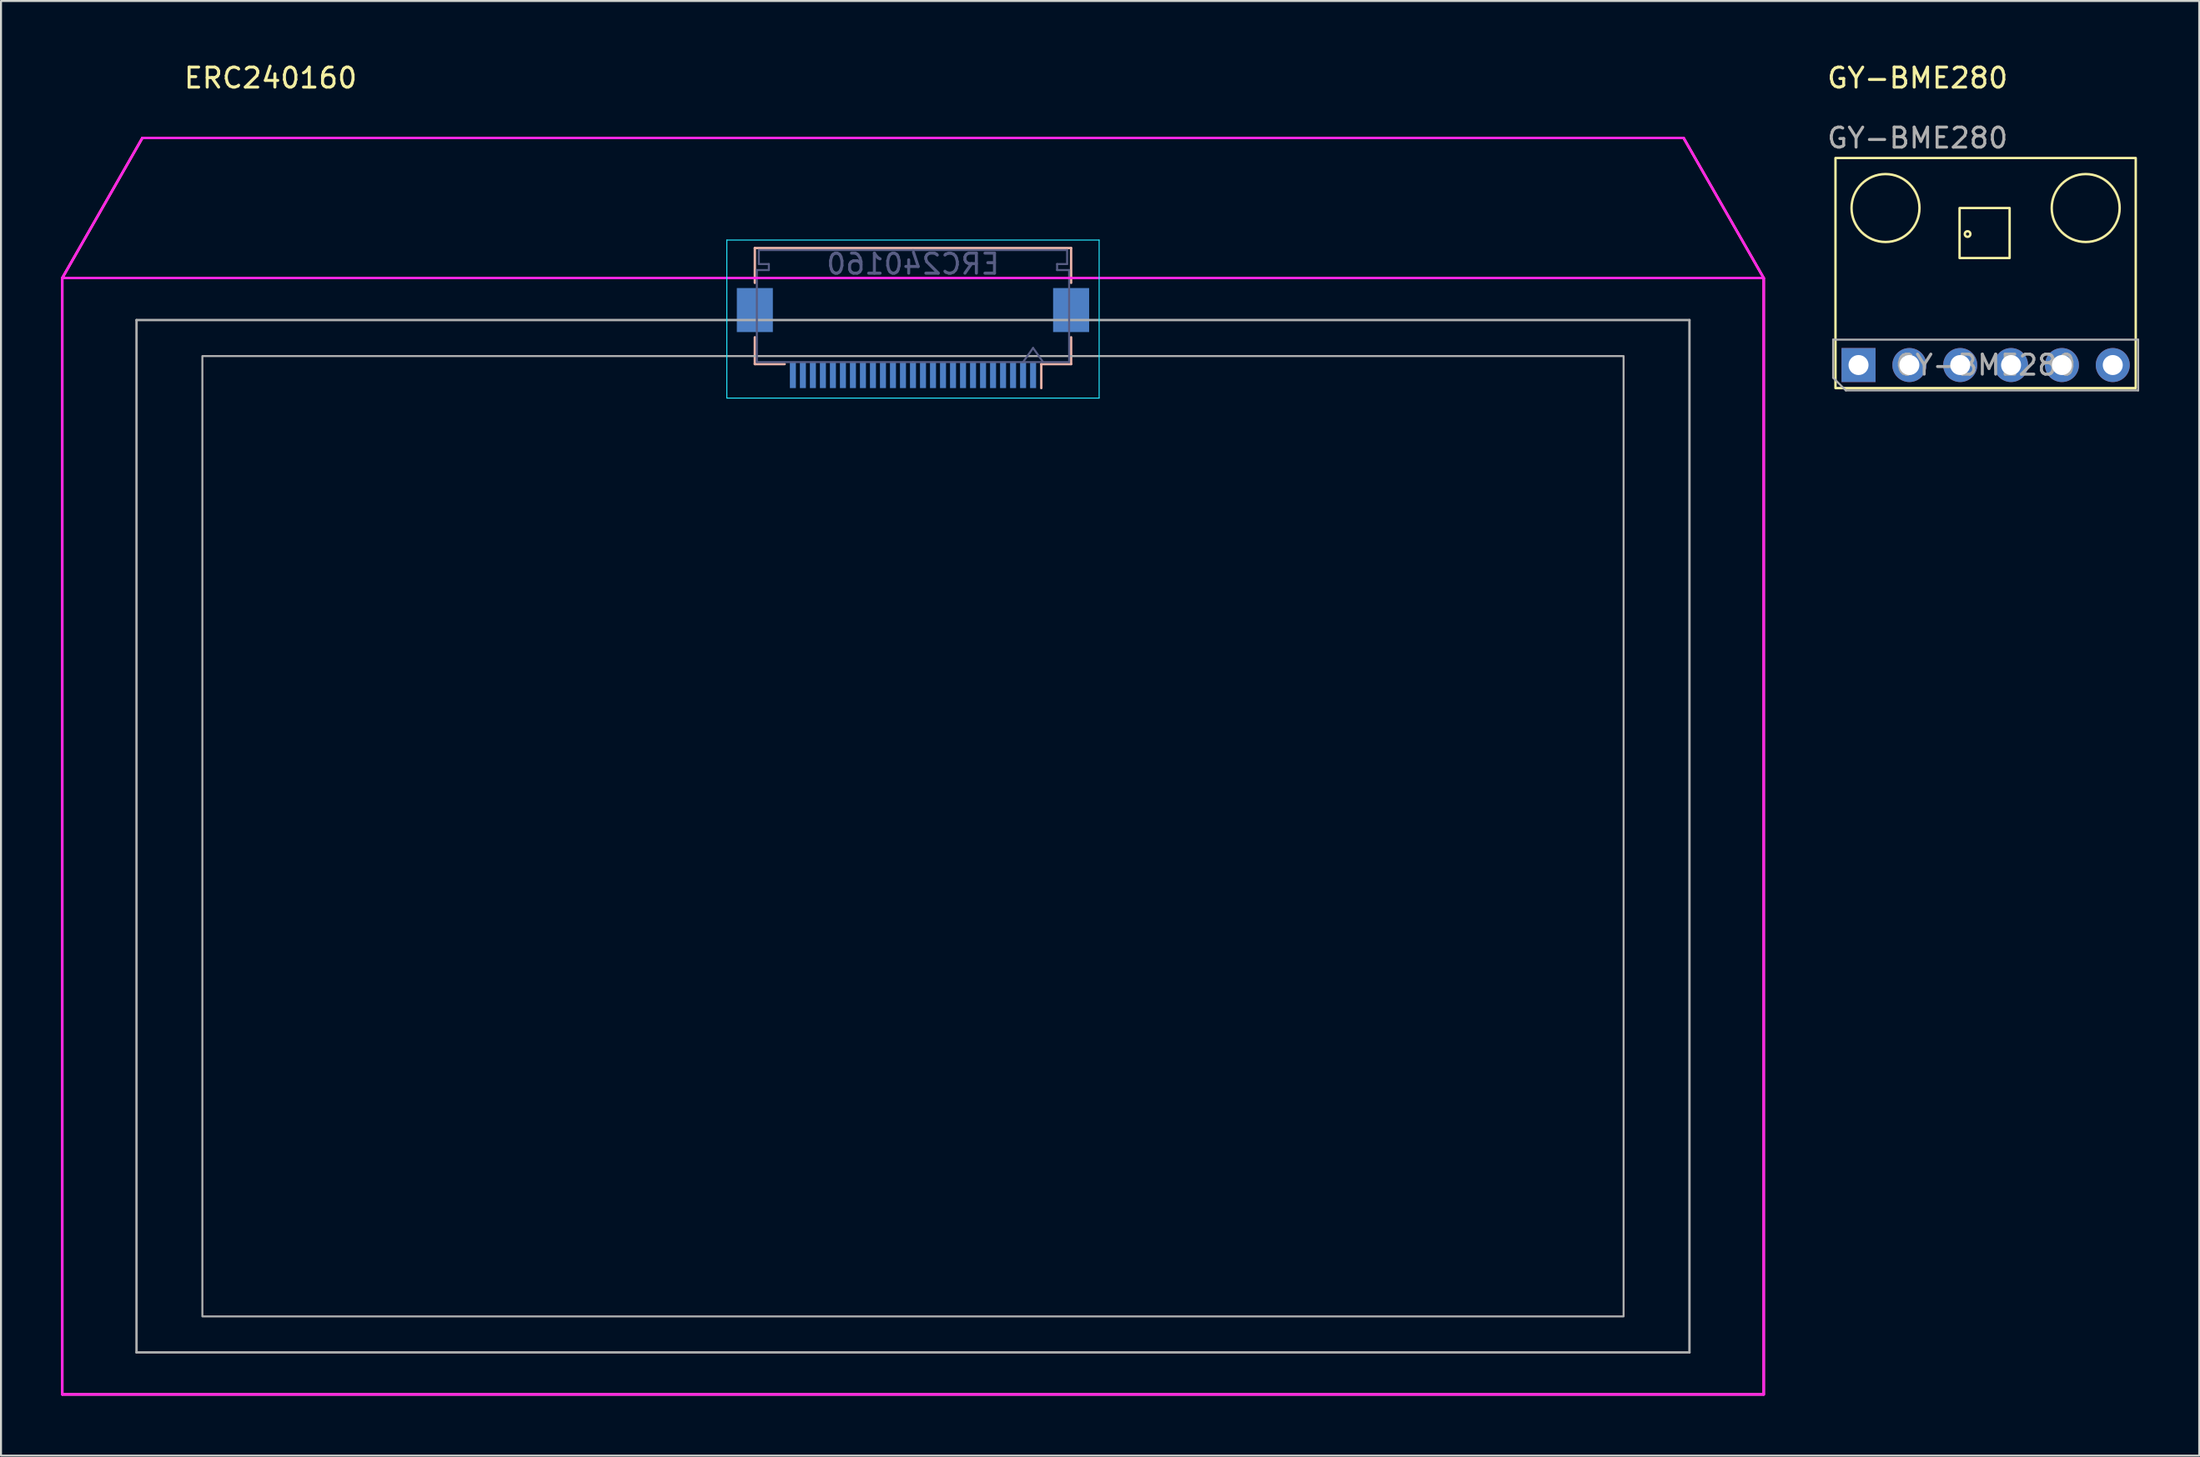
<source format=kicad_pcb>
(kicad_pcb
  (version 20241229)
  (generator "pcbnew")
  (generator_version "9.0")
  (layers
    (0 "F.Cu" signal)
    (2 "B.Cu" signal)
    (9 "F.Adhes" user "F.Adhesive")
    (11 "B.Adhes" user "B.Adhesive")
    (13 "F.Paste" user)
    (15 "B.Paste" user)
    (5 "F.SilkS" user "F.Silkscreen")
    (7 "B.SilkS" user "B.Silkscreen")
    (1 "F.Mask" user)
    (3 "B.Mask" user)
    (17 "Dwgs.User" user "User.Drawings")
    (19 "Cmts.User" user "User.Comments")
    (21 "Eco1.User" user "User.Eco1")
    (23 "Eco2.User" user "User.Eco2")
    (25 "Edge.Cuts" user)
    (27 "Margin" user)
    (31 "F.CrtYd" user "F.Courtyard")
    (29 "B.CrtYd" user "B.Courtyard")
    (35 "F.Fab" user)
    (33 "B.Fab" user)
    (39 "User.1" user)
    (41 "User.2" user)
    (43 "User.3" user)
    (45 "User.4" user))
  (footprint "ERC240160"
    (layer "F.Cu")
    (at 42.56 42.248)
    (property "Reference" "ERC240160" (at -36.5 -41.4 0) (layer "F.SilkS") (effects (font (size 1 1) (thickness 0.15)) (justify left)))
    (attr through_hole)
    (fp_poly (pts (xy 42.5 -31.4) (xy 38.5 -38.4) (xy -38.5 -38.4) (xy -42.5 -31.4) (xy -42.5 24.4) (xy 42.5 24.4) (xy 42.5 -31.4) (xy -42.5 -31.4)) (stroke (width 0.12) (type solid)) (fill no) (layer "F.SilkS"))
    (fp_line (start -7.9 -32.9) (end -7.9 -31.16) (stroke (width 0.12) (type solid)) (layer "B.SilkS"))
    (fp_line (start -7.9 -27.1) (end -7.9 -28.44) (stroke (width 0.12) (type solid)) (layer "B.SilkS"))
    (fp_line (start -6.41 -27.1) (end -7.9 -27.1) (stroke (width 0.12) (type solid)) (layer "B.SilkS"))
    (fp_line (start 6.41 -27.1) (end 6.41 -25.9) (stroke (width 0.12) (type solid)) (layer "B.SilkS"))
    (fp_line (start 6.41 -27.1) (end 7.9 -27.1) (stroke (width 0.12) (type solid)) (layer "B.SilkS"))
    (fp_line (start 7.9 -32.9) (end -7.9 -32.9) (stroke (width 0.12) (type solid)) (layer "B.SilkS"))
    (fp_line (start 7.9 -31.16) (end 7.9 -32.9) (stroke (width 0.12) (type solid)) (layer "B.SilkS"))
    (fp_line (start 7.9 -27.1) (end 7.9 -28.44) (stroke (width 0.12) (type solid)) (layer "B.SilkS"))
    (fp_line (start -9.3 -33.3) (end -9.3 -25.4) (stroke (width 0.05) (type solid)) (layer "B.CrtYd"))
    (fp_line (start -9.3 -25.4) (end 9.3 -25.4) (stroke (width 0.05) (type solid)) (layer "B.CrtYd"))
    (fp_line (start 9.3 -33.3) (end -9.3 -33.3) (stroke (width 0.05) (type solid)) (layer "B.CrtYd"))
    (fp_line (start 9.3 -25.4) (end 9.3 -33.3) (stroke (width 0.05) (type solid)) (layer "B.CrtYd"))
    (fp_line (start -42.5 -31.4) (end -42.5 24.4) (stroke (width 0.12) (type solid)) (layer "F.CrtYd"))
    (fp_line (start -42.5 -31.4) (end -42.5 24.4) (stroke (width 0.12) (type solid)) (layer "F.CrtYd"))
    (fp_line (start -42.5 -31.4) (end 42.5 -31.4) (stroke (width 0.12) (type solid)) (layer "F.CrtYd"))
    (fp_line (start -42.5 -31.4) (end 42.5 -31.4) (stroke (width 0.12) (type solid)) (layer "F.CrtYd"))
    (fp_line (start -42.5 24.4) (end 42.5 24.4) (stroke (width 0.12) (type solid)) (layer "F.CrtYd"))
    (fp_line (start -42.5 24.4) (end 42.5 24.4) (stroke (width 0.12) (type solid)) (layer "F.CrtYd"))
    (fp_line (start -38.5 -38.4) (end -42.5 -31.4) (stroke (width 0.12) (type solid)) (layer "F.CrtYd"))
    (fp_line (start -38.5 -38.4) (end -42.5 -31.4) (stroke (width 0.12) (type solid)) (layer "F.CrtYd"))
    (fp_line (start -38.5 -38.4) (end 38.5 -38.4) (stroke (width 0.12) (type solid)) (layer "F.CrtYd"))
    (fp_line (start -38.5 -38.4) (end 38.5 -38.4) (stroke (width 0.12) (type solid)) (layer "F.CrtYd"))
    (fp_line (start 38.5 -38.4) (end 42.5 -31.4) (stroke (width 0.12) (type solid)) (layer "F.CrtYd"))
    (fp_line (start 38.5 -38.4) (end 42.5 -31.4) (stroke (width 0.12) (type solid)) (layer "F.CrtYd"))
    (fp_line (start 42.5 -31.4) (end 42.5 24.4) (stroke (width 0.12) (type solid)) (layer "F.CrtYd"))
    (fp_line (start 42.5 -31.4) (end 42.5 24.4) (stroke (width 0.12) (type solid)) (layer "F.CrtYd"))
    (fp_line (start -7.8 -31.8) (end -7.2 -31.8) (stroke (width 0.1) (type solid)) (layer "B.Fab"))
    (fp_line (start -7.8 -27.2) (end -7.8 -31.8) (stroke (width 0.1) (type solid)) (layer "B.Fab"))
    (fp_line (start -7.7 -32.8) (end 0 -32.8) (stroke (width 0.1) (type solid)) (layer "B.Fab"))
    (fp_line (start -7.7 -32.1) (end -7.7 -32.8) (stroke (width 0.1) (type solid)) (layer "B.Fab"))
    (fp_line (start -7.2 -32.1) (end -7.7 -32.1) (stroke (width 0.1) (type solid)) (layer "B.Fab"))
    (fp_line (start -7.2 -31.8) (end -7.2 -32.1) (stroke (width 0.1) (type solid)) (layer "B.Fab"))
    (fp_line (start 0 -27.2) (end -7.8 -27.2) (stroke (width 0.1) (type solid)) (layer "B.Fab"))
    (fp_line (start 0 -27.2) (end 7.8 -27.2) (stroke (width 0.1) (type solid)) (layer "B.Fab"))
    (fp_line (start 6 -27.907) (end 5.5 -27.2) (stroke (width 0.1) (type solid)) (layer "B.Fab"))
    (fp_line (start 6.5 -27.2) (end 6 -27.907) (stroke (width 0.1) (type solid)) (layer "B.Fab"))
    (fp_line (start 7.2 -32.1) (end 7.7 -32.1) (stroke (width 0.1) (type solid)) (layer "B.Fab"))
    (fp_line (start 7.2 -31.8) (end 7.2 -32.1) (stroke (width 0.1) (type solid)) (layer "B.Fab"))
    (fp_line (start 7.7 -32.8) (end 0 -32.8) (stroke (width 0.1) (type solid)) (layer "B.Fab"))
    (fp_line (start 7.7 -32.1) (end 7.7 -32.8) (stroke (width 0.1) (type solid)) (layer "B.Fab"))
    (fp_line (start 7.8 -31.8) (end 7.2 -31.8) (stroke (width 0.1) (type solid)) (layer "B.Fab"))
    (fp_line (start 7.8 -27.2) (end 7.8 -31.8) (stroke (width 0.1) (type solid)) (layer "B.Fab"))
    (fp_line (start -38.79 -29.3) (end -38.79 22.3) (stroke (width 0.12) (type solid)) (layer "F.Fab"))
    (fp_line (start -38.79 -29.3) (end 38.79 -29.3) (stroke (width 0.12) (type solid)) (layer "F.Fab"))
    (fp_line (start -38.79 22.3) (end 38.79 22.3) (stroke (width 0.12) (type solid)) (layer "F.Fab"))
    (fp_line (start 38.79 22.3) (end 38.79 -29.3) (stroke (width 0.12) (type solid)) (layer "F.Fab"))
    (fp_poly (pts (xy 35.5 20.5) (xy -35.5 20.5) (xy -35.5 -27.5) (xy 35.5 -27.5)) (stroke (width 0.1) (type solid)) (fill no) (layer "F.Fab"))
    (fp_text user "${REFERENCE}" (at 0 -32.1 180) (layer "B.Fab") (effects (font (size 1 1) (thickness 0.15)) (justify mirror)))
    (pad "1" smd rect (at 6 -26.55 180) (size 0.3 1.3) (layers "B.Cu" "B.Mask" "B.Paste"))
    (pad "2" smd rect (at 5.5 -26.55 180) (size 0.3 1.3) (layers "B.Cu" "B.Mask" "B.Paste"))
    (pad "3" smd rect (at 5 -26.55 180) (size 0.3 1.3) (layers "B.Cu" "B.Mask" "B.Paste"))
    (pad "4" smd rect (at 4.5 -26.55 180) (size 0.3 1.3) (layers "B.Cu" "B.Mask" "B.Paste"))
    (pad "5" smd rect (at 4 -26.55 180) (size 0.3 1.3) (layers "B.Cu" "B.Mask" "B.Paste"))
    (pad "6" smd rect (at 3.5 -26.55 180) (size 0.3 1.3) (layers "B.Cu" "B.Mask" "B.Paste"))
    (pad "7" smd rect (at 3 -26.55 180) (size 0.3 1.3) (layers "B.Cu" "B.Mask" "B.Paste"))
    (pad "8" smd rect (at 2.5 -26.55 180) (size 0.3 1.3) (layers "B.Cu" "B.Mask" "B.Paste"))
    (pad "9" smd rect (at 2 -26.55 180) (size 0.3 1.3) (layers "B.Cu" "B.Mask" "B.Paste"))
    (pad "10" smd rect (at 1.5 -26.55 180) (size 0.3 1.3) (layers "B.Cu" "B.Mask" "B.Paste"))
    (pad "11" smd rect (at 1 -26.55 180) (size 0.3 1.3) (layers "B.Cu" "B.Mask" "B.Paste"))
    (pad "12" smd rect (at 0.5 -26.55 180) (size 0.3 1.3) (layers "B.Cu" "B.Mask" "B.Paste"))
    (pad "13" smd rect (at 0 -26.55 180) (size 0.3 1.3) (layers "B.Cu" "B.Mask" "B.Paste"))
    (pad "14" smd rect (at -0.5 -26.55 180) (size 0.3 1.3) (layers "B.Cu" "B.Mask" "B.Paste"))
    (pad "15" smd rect (at -1 -26.55 180) (size 0.3 1.3) (layers "B.Cu" "B.Mask" "B.Paste"))
    (pad "16" smd rect (at -1.5 -26.55 180) (size 0.3 1.3) (layers "B.Cu" "B.Mask" "B.Paste"))
    (pad "17" smd rect (at -2 -26.55 180) (size 0.3 1.3) (layers "B.Cu" "B.Mask" "B.Paste"))
    (pad "18" smd rect (at -2.5 -26.55 180) (size 0.3 1.3) (layers "B.Cu" "B.Mask" "B.Paste"))
    (pad "19" smd rect (at -3 -26.55 180) (size 0.3 1.3) (layers "B.Cu" "B.Mask" "B.Paste"))
    (pad "20" smd rect (at -3.5 -26.55 180) (size 0.3 1.3) (layers "B.Cu" "B.Mask" "B.Paste"))
    (pad "21" smd rect (at -4 -26.55 180) (size 0.3 1.3) (layers "B.Cu" "B.Mask" "B.Paste"))
    (pad "22" smd rect (at -4.5 -26.55 180) (size 0.3 1.3) (layers "B.Cu" "B.Mask" "B.Paste"))
    (pad "23" smd rect (at -5 -26.55 180) (size 0.3 1.3) (layers "B.Cu" "B.Mask" "B.Paste"))
    (pad "24" smd rect (at -5.5 -26.55 180) (size 0.3 1.3) (layers "B.Cu" "B.Mask" "B.Paste"))
    (pad "25" smd rect (at -6 -26.55 180) (size 0.3 1.3) (layers "B.Cu" "B.Mask" "B.Paste"))
    (pad "MP" smd rect (at -7.9 -29.8 180) (size 1.8 2.2) (layers "B.Cu" "B.Mask" "B.Paste"))
    (pad "MP" smd rect (at 7.9 -29.8 180) (size 1.8 2.2) (layers "B.Cu" "B.Mask" "B.Paste")))
  (footprint "GY-BME280"
    (layer "F.Cu")
    (at 96.145 10.648)
    (property "Reference" "GY-BME280" (at -3.4 -9.8 0) (unlocked yes) (layer "F.SilkS") (effects (font (size 1 1) (thickness 0.15))))
    (attr through_hole)
    (fp_rect (start -7.5 -5.8) (end 7.5 5.7) (stroke (width 0.12) (type solid)) (fill no) (layer "F.SilkS"))
    (fp_rect (start -1.3 -3.3) (end 1.2 -0.8) (stroke (width 0.12) (type solid)) (fill no) (layer "F.SilkS"))
    (fp_circle (center -5 -3.3) (end -3.8 -2.1) (stroke (width 0.12) (type solid)) (fill no) (layer "F.SilkS"))
    (fp_circle (center -0.9 -2) (end -0.8 -1.9) (stroke (width 0.12) (type solid)) (fill no) (layer "F.SilkS"))
    (fp_circle (center 5 -3.3) (end 6.2 -2.1) (stroke (width 0.12) (type solid)) (fill no) (layer "F.SilkS"))
    (fp_rect (start -7.6 -5.9) (end 7.6 5.8) (stroke (width 0.12) (type solid)) (fill no) (layer "Margin"))
    (fp_line (start -7.617 3.277) (end 7.622 3.277) (stroke (width 0.1) (type solid)) (layer "F.Fab"))
    (fp_line (start -7.617 5.183) (end -7.617 3.277) (stroke (width 0.1) (type solid)) (layer "F.Fab"))
    (fp_line (start -6.982 5.817) (end -7.617 5.183) (stroke (width 0.1) (type solid)) (layer "F.Fab"))
    (fp_line (start 7.622 3.277) (end 7.622 5.817) (stroke (width 0.1) (type solid)) (layer "F.Fab"))
    (fp_line (start 7.622 5.817) (end -6.982 5.817) (stroke (width 0.1) (type solid)) (layer "F.Fab"))
    (fp_text user "${REFERENCE}" (at 0.003 4.548 180) (layer "F.Fab") (effects (font (size 1 1) (thickness 0.15))))
    (fp_text user "${REFERENCE}" (at -3.4 -6.8 0) (unlocked yes) (layer "F.Fab") (effects (font (size 1 1) (thickness 0.15))))
    (pad "1" thru_hole rect (at -6.348 4.548 90) (size 1.7 1.7) (drill 1) (layers "*.Cu" "*.Mask"))
    (pad "2" thru_hole oval (at -3.808 4.548 90) (size 1.7 1.7) (drill 1) (layers "*.Cu" "*.Mask"))
    (pad "3" thru_hole oval (at -1.268 4.548 90) (size 1.7 1.7) (drill 1) (layers "*.Cu" "*.Mask"))
    (pad "4" thru_hole oval (at 1.272 4.548 90) (size 1.7 1.7) (drill 1) (layers "*.Cu" "*.Mask"))
    (pad "5" thru_hole oval (at 3.812 4.548 90) (size 1.7 1.7) (drill 1) (layers "*.Cu" "*.Mask"))
    (pad "6" thru_hole oval (at 6.353 4.548 90) (size 1.7 1.7) (drill 1) (layers "*.Cu" "*.Mask")))
  (gr_rect
    (start -3 -3)
    (end 106.817 69.708)
    (stroke (width 0.1) (type default))
    (fill no)
    (layer "Edge.Cuts")))
</source>
